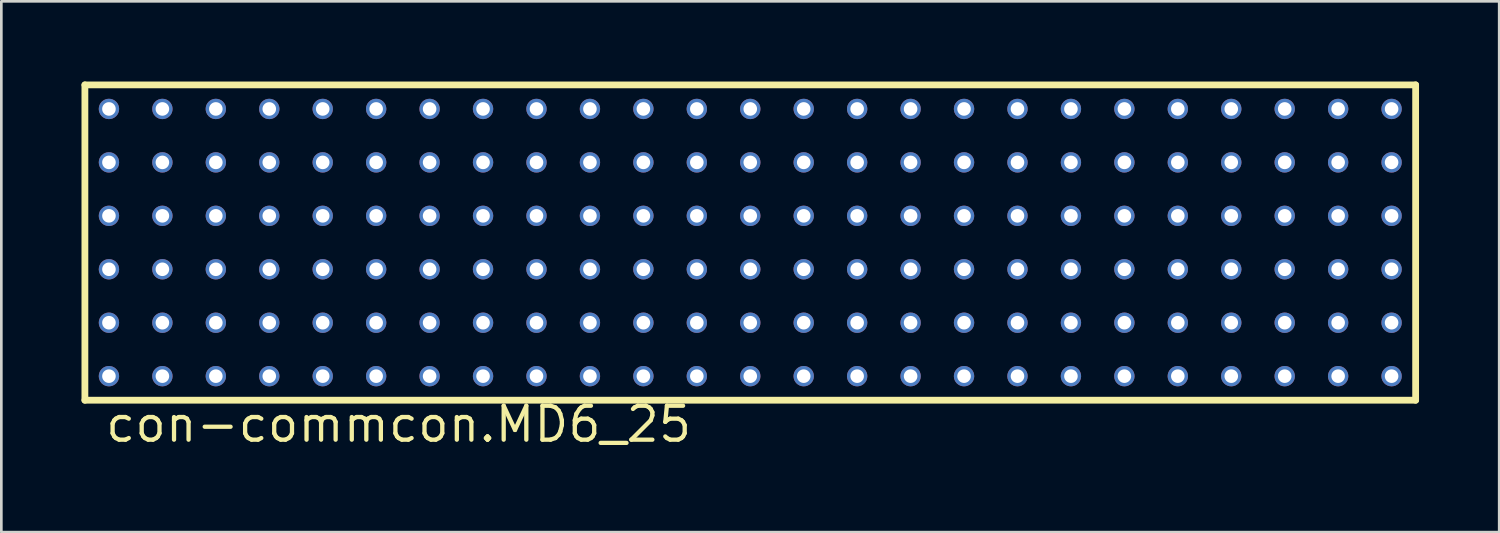
<source format=kicad_pcb>
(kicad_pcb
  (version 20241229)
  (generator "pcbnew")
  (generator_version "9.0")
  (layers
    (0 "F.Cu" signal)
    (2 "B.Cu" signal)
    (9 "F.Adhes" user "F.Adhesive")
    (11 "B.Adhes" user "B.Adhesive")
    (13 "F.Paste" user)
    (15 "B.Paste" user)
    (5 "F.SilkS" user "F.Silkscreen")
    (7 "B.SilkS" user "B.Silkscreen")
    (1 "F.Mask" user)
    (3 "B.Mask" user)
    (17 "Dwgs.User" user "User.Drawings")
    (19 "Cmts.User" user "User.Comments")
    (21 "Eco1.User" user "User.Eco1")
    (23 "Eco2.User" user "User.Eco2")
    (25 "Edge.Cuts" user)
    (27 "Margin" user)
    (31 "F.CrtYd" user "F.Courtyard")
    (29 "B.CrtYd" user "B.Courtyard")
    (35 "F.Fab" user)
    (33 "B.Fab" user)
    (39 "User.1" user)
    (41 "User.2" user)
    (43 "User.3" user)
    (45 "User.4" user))
  (footprint "con-commcon.MD6_25"
    (layer "F.Cu")
    (at 25.027 6.027)
    (property "Reference" "con-commcon.MD6_25" (at -24.21 7.54 0) (layer "F.SilkS") (effects (font (size 1.27 1.27) (thickness 0.16)) (justify left bottom)))
    (attr through_hole)
    (fp_line (start -24.9 -5.9) (end -24.9 5.9) (stroke (width 0.254) (type default)) (layer "F.SilkS"))
    (fp_line (start -24.9 5.9) (end 24.9 5.9) (stroke (width 0.254) (type default)) (layer "F.SilkS"))
    (fp_line (start 24.9 -5.9) (end -24.9 -5.9) (stroke (width 0.254) (type default)) (layer "F.SilkS"))
    (fp_line (start 24.9 5.9) (end 24.9 -5.9) (stroke (width 0.254) (type default)) (layer "F.SilkS"))
    (pad "A1" thru_hole circle (at -24 5) (size 0.762 0.762) (drill 0.508) (layers "*.Cu" "*.Mask"))
    (pad "A2" thru_hole circle (at -22 5) (size 0.762 0.762) (drill 0.508) (layers "*.Cu" "*.Mask"))
    (pad "A3" thru_hole circle (at -20 5) (size 0.762 0.762) (drill 0.508) (layers "*.Cu" "*.Mask"))
    (pad "A4" thru_hole circle (at -18 5) (size 0.762 0.762) (drill 0.508) (layers "*.Cu" "*.Mask"))
    (pad "A5" thru_hole circle (at -16 5) (size 0.762 0.762) (drill 0.508) (layers "*.Cu" "*.Mask"))
    (pad "A6" thru_hole circle (at -14 5) (size 0.762 0.762) (drill 0.508) (layers "*.Cu" "*.Mask"))
    (pad "A7" thru_hole circle (at -12 5) (size 0.762 0.762) (drill 0.508) (layers "*.Cu" "*.Mask"))
    (pad "A8" thru_hole circle (at -10 5) (size 0.762 0.762) (drill 0.508) (layers "*.Cu" "*.Mask"))
    (pad "A9" thru_hole circle (at -8 5) (size 0.762 0.762) (drill 0.508) (layers "*.Cu" "*.Mask"))
    (pad "A10" thru_hole circle (at -6 5) (size 0.762 0.762) (drill 0.508) (layers "*.Cu" "*.Mask"))
    (pad "A11" thru_hole circle (at -4 5) (size 0.762 0.762) (drill 0.508) (layers "*.Cu" "*.Mask"))
    (pad "A12" thru_hole circle (at -2 5) (size 0.762 0.762) (drill 0.508) (layers "*.Cu" "*.Mask"))
    (pad "A13" thru_hole circle (at 0 5) (size 0.762 0.762) (drill 0.508) (layers "*.Cu" "*.Mask"))
    (pad "A14" thru_hole circle (at 2 5) (size 0.762 0.762) (drill 0.508) (layers "*.Cu" "*.Mask"))
    (pad "A15" thru_hole circle (at 4 5) (size 0.762 0.762) (drill 0.508) (layers "*.Cu" "*.Mask"))
    (pad "A16" thru_hole circle (at 6 5) (size 0.762 0.762) (drill 0.508) (layers "*.Cu" "*.Mask"))
    (pad "A17" thru_hole circle (at 8 5) (size 0.762 0.762) (drill 0.508) (layers "*.Cu" "*.Mask"))
    (pad "A18" thru_hole circle (at 10 5) (size 0.762 0.762) (drill 0.508) (layers "*.Cu" "*.Mask"))
    (pad "A19" thru_hole circle (at 12 5) (size 0.762 0.762) (drill 0.508) (layers "*.Cu" "*.Mask"))
    (pad "A20" thru_hole circle (at 14 5) (size 0.762 0.762) (drill 0.508) (layers "*.Cu" "*.Mask"))
    (pad "A21" thru_hole circle (at 16 5) (size 0.762 0.762) (drill 0.508) (layers "*.Cu" "*.Mask"))
    (pad "A22" thru_hole circle (at 18 5) (size 0.762 0.762) (drill 0.508) (layers "*.Cu" "*.Mask"))
    (pad "A23" thru_hole circle (at 20 5) (size 0.762 0.762) (drill 0.508) (layers "*.Cu" "*.Mask"))
    (pad "A24" thru_hole circle (at 22 5) (size 0.762 0.762) (drill 0.508) (layers "*.Cu" "*.Mask"))
    (pad "A25" thru_hole circle (at 24 5) (size 0.762 0.762) (drill 0.508) (layers "*.Cu" "*.Mask"))
    (pad "B1" thru_hole circle (at -24 3) (size 0.762 0.762) (drill 0.508) (layers "*.Cu" "*.Mask"))
    (pad "B2" thru_hole circle (at -22 3) (size 0.762 0.762) (drill 0.508) (layers "*.Cu" "*.Mask"))
    (pad "B3" thru_hole circle (at -20 3) (size 0.762 0.762) (drill 0.508) (layers "*.Cu" "*.Mask"))
    (pad "B4" thru_hole circle (at -18 3) (size 0.762 0.762) (drill 0.508) (layers "*.Cu" "*.Mask"))
    (pad "B5" thru_hole circle (at -16 3) (size 0.762 0.762) (drill 0.508) (layers "*.Cu" "*.Mask"))
    (pad "B6" thru_hole circle (at -14 3) (size 0.762 0.762) (drill 0.508) (layers "*.Cu" "*.Mask"))
    (pad "B7" thru_hole circle (at -12 3) (size 0.762 0.762) (drill 0.508) (layers "*.Cu" "*.Mask"))
    (pad "B8" thru_hole circle (at -10 3) (size 0.762 0.762) (drill 0.508) (layers "*.Cu" "*.Mask"))
    (pad "B9" thru_hole circle (at -8 3) (size 0.762 0.762) (drill 0.508) (layers "*.Cu" "*.Mask"))
    (pad "B10" thru_hole circle (at -6 3) (size 0.762 0.762) (drill 0.508) (layers "*.Cu" "*.Mask"))
    (pad "B11" thru_hole circle (at -4 3) (size 0.762 0.762) (drill 0.508) (layers "*.Cu" "*.Mask"))
    (pad "B12" thru_hole circle (at -2 3) (size 0.762 0.762) (drill 0.508) (layers "*.Cu" "*.Mask"))
    (pad "B13" thru_hole circle (at 0 3) (size 0.762 0.762) (drill 0.508) (layers "*.Cu" "*.Mask"))
    (pad "B14" thru_hole circle (at 2 3) (size 0.762 0.762) (drill 0.508) (layers "*.Cu" "*.Mask"))
    (pad "B15" thru_hole circle (at 4 3) (size 0.762 0.762) (drill 0.508) (layers "*.Cu" "*.Mask"))
    (pad "B16" thru_hole circle (at 6 3) (size 0.762 0.762) (drill 0.508) (layers "*.Cu" "*.Mask"))
    (pad "B17" thru_hole circle (at 8 3) (size 0.762 0.762) (drill 0.508) (layers "*.Cu" "*.Mask"))
    (pad "B18" thru_hole circle (at 10 3) (size 0.762 0.762) (drill 0.508) (layers "*.Cu" "*.Mask"))
    (pad "B19" thru_hole circle (at 12 3) (size 0.762 0.762) (drill 0.508) (layers "*.Cu" "*.Mask"))
    (pad "B20" thru_hole circle (at 14 3) (size 0.762 0.762) (drill 0.508) (layers "*.Cu" "*.Mask"))
    (pad "B21" thru_hole circle (at 16 3) (size 0.762 0.762) (drill 0.508) (layers "*.Cu" "*.Mask"))
    (pad "B22" thru_hole circle (at 18 3) (size 0.762 0.762) (drill 0.508) (layers "*.Cu" "*.Mask"))
    (pad "B23" thru_hole circle (at 20 3) (size 0.762 0.762) (drill 0.508) (layers "*.Cu" "*.Mask"))
    (pad "B24" thru_hole circle (at 22 3) (size 0.762 0.762) (drill 0.508) (layers "*.Cu" "*.Mask"))
    (pad "B25" thru_hole circle (at 24 3) (size 0.762 0.762) (drill 0.508) (layers "*.Cu" "*.Mask"))
    (pad "C1" thru_hole circle (at -24 1) (size 0.762 0.762) (drill 0.508) (layers "*.Cu" "*.Mask"))
    (pad "C2" thru_hole circle (at -22 1) (size 0.762 0.762) (drill 0.508) (layers "*.Cu" "*.Mask"))
    (pad "C3" thru_hole circle (at -20 1) (size 0.762 0.762) (drill 0.508) (layers "*.Cu" "*.Mask"))
    (pad "C4" thru_hole circle (at -18 1) (size 0.762 0.762) (drill 0.508) (layers "*.Cu" "*.Mask"))
    (pad "C5" thru_hole circle (at -16 1) (size 0.762 0.762) (drill 0.508) (layers "*.Cu" "*.Mask"))
    (pad "C6" thru_hole circle (at -14 1) (size 0.762 0.762) (drill 0.508) (layers "*.Cu" "*.Mask"))
    (pad "C7" thru_hole circle (at -12 1) (size 0.762 0.762) (drill 0.508) (layers "*.Cu" "*.Mask"))
    (pad "C8" thru_hole circle (at -10 1) (size 0.762 0.762) (drill 0.508) (layers "*.Cu" "*.Mask"))
    (pad "C9" thru_hole circle (at -8 1) (size 0.762 0.762) (drill 0.508) (layers "*.Cu" "*.Mask"))
    (pad "C10" thru_hole circle (at -6 1) (size 0.762 0.762) (drill 0.508) (layers "*.Cu" "*.Mask"))
    (pad "C11" thru_hole circle (at -4 1) (size 0.762 0.762) (drill 0.508) (layers "*.Cu" "*.Mask"))
    (pad "C12" thru_hole circle (at -2 1) (size 0.762 0.762) (drill 0.508) (layers "*.Cu" "*.Mask"))
    (pad "C13" thru_hole circle (at 0 1) (size 0.762 0.762) (drill 0.508) (layers "*.Cu" "*.Mask"))
    (pad "C14" thru_hole circle (at 2 1) (size 0.762 0.762) (drill 0.508) (layers "*.Cu" "*.Mask"))
    (pad "C15" thru_hole circle (at 4 1) (size 0.762 0.762) (drill 0.508) (layers "*.Cu" "*.Mask"))
    (pad "C16" thru_hole circle (at 6 1) (size 0.762 0.762) (drill 0.508) (layers "*.Cu" "*.Mask"))
    (pad "C17" thru_hole circle (at 8 1) (size 0.762 0.762) (drill 0.508) (layers "*.Cu" "*.Mask"))
    (pad "C18" thru_hole circle (at 10 1) (size 0.762 0.762) (drill 0.508) (layers "*.Cu" "*.Mask"))
    (pad "C19" thru_hole circle (at 12 1) (size 0.762 0.762) (drill 0.508) (layers "*.Cu" "*.Mask"))
    (pad "C20" thru_hole circle (at 14 1) (size 0.762 0.762) (drill 0.508) (layers "*.Cu" "*.Mask"))
    (pad "C21" thru_hole circle (at 16 1) (size 0.762 0.762) (drill 0.508) (layers "*.Cu" "*.Mask"))
    (pad "C22" thru_hole circle (at 18 1) (size 0.762 0.762) (drill 0.508) (layers "*.Cu" "*.Mask"))
    (pad "C23" thru_hole circle (at 20 1) (size 0.762 0.762) (drill 0.508) (layers "*.Cu" "*.Mask"))
    (pad "C24" thru_hole circle (at 22 1) (size 0.762 0.762) (drill 0.508) (layers "*.Cu" "*.Mask"))
    (pad "C25" thru_hole circle (at 24 1) (size 0.762 0.762) (drill 0.508) (layers "*.Cu" "*.Mask"))
    (pad "D1" thru_hole circle (at -24 -1) (size 0.762 0.762) (drill 0.508) (layers "*.Cu" "*.Mask"))
    (pad "D2" thru_hole circle (at -22 -1) (size 0.762 0.762) (drill 0.508) (layers "*.Cu" "*.Mask"))
    (pad "D3" thru_hole circle (at -20 -1) (size 0.762 0.762) (drill 0.508) (layers "*.Cu" "*.Mask"))
    (pad "D4" thru_hole circle (at -18 -1) (size 0.762 0.762) (drill 0.508) (layers "*.Cu" "*.Mask"))
    (pad "D5" thru_hole circle (at -16 -1) (size 0.762 0.762) (drill 0.508) (layers "*.Cu" "*.Mask"))
    (pad "D6" thru_hole circle (at -14 -1) (size 0.762 0.762) (drill 0.508) (layers "*.Cu" "*.Mask"))
    (pad "D7" thru_hole circle (at -12 -1) (size 0.762 0.762) (drill 0.508) (layers "*.Cu" "*.Mask"))
    (pad "D8" thru_hole circle (at -10 -1) (size 0.762 0.762) (drill 0.508) (layers "*.Cu" "*.Mask"))
    (pad "D9" thru_hole circle (at -8 -1) (size 0.762 0.762) (drill 0.508) (layers "*.Cu" "*.Mask"))
    (pad "D10" thru_hole circle (at -6 -1) (size 0.762 0.762) (drill 0.508) (layers "*.Cu" "*.Mask"))
    (pad "D11" thru_hole circle (at -4 -1) (size 0.762 0.762) (drill 0.508) (layers "*.Cu" "*.Mask"))
    (pad "D12" thru_hole circle (at -2 -1) (size 0.762 0.762) (drill 0.508) (layers "*.Cu" "*.Mask"))
    (pad "D13" thru_hole circle (at 0 -1) (size 0.762 0.762) (drill 0.508) (layers "*.Cu" "*.Mask"))
    (pad "D14" thru_hole circle (at 2 -1) (size 0.762 0.762) (drill 0.508) (layers "*.Cu" "*.Mask"))
    (pad "D15" thru_hole circle (at 4 -1) (size 0.762 0.762) (drill 0.508) (layers "*.Cu" "*.Mask"))
    (pad "D16" thru_hole circle (at 6 -1) (size 0.762 0.762) (drill 0.508) (layers "*.Cu" "*.Mask"))
    (pad "D17" thru_hole circle (at 8 -1) (size 0.762 0.762) (drill 0.508) (layers "*.Cu" "*.Mask"))
    (pad "D18" thru_hole circle (at 10 -1) (size 0.762 0.762) (drill 0.508) (layers "*.Cu" "*.Mask"))
    (pad "D19" thru_hole circle (at 12 -1) (size 0.762 0.762) (drill 0.508) (layers "*.Cu" "*.Mask"))
    (pad "D20" thru_hole circle (at 14 -1) (size 0.762 0.762) (drill 0.508) (layers "*.Cu" "*.Mask"))
    (pad "D21" thru_hole circle (at 16 -1) (size 0.762 0.762) (drill 0.508) (layers "*.Cu" "*.Mask"))
    (pad "D22" thru_hole circle (at 18 -1) (size 0.762 0.762) (drill 0.508) (layers "*.Cu" "*.Mask"))
    (pad "D23" thru_hole circle (at 20 -1) (size 0.762 0.762) (drill 0.508) (layers "*.Cu" "*.Mask"))
    (pad "D24" thru_hole circle (at 22 -1) (size 0.762 0.762) (drill 0.508) (layers "*.Cu" "*.Mask"))
    (pad "D25" thru_hole circle (at 24 -1) (size 0.762 0.762) (drill 0.508) (layers "*.Cu" "*.Mask"))
    (pad "E1" thru_hole circle (at -24 -3) (size 0.762 0.762) (drill 0.508) (layers "*.Cu" "*.Mask"))
    (pad "E2" thru_hole circle (at -22 -3) (size 0.762 0.762) (drill 0.508) (layers "*.Cu" "*.Mask"))
    (pad "E3" thru_hole circle (at -20 -3) (size 0.762 0.762) (drill 0.508) (layers "*.Cu" "*.Mask"))
    (pad "E4" thru_hole circle (at -18 -3) (size 0.762 0.762) (drill 0.508) (layers "*.Cu" "*.Mask"))
    (pad "E5" thru_hole circle (at -16 -3) (size 0.762 0.762) (drill 0.508) (layers "*.Cu" "*.Mask"))
    (pad "E6" thru_hole circle (at -14 -3) (size 0.762 0.762) (drill 0.508) (layers "*.Cu" "*.Mask"))
    (pad "E7" thru_hole circle (at -12 -3) (size 0.762 0.762) (drill 0.508) (layers "*.Cu" "*.Mask"))
    (pad "E8" thru_hole circle (at -10 -3) (size 0.762 0.762) (drill 0.508) (layers "*.Cu" "*.Mask"))
    (pad "E9" thru_hole circle (at -8 -3) (size 0.762 0.762) (drill 0.508) (layers "*.Cu" "*.Mask"))
    (pad "E10" thru_hole circle (at -6 -3) (size 0.762 0.762) (drill 0.508) (layers "*.Cu" "*.Mask"))
    (pad "E11" thru_hole circle (at -4 -3) (size 0.762 0.762) (drill 0.508) (layers "*.Cu" "*.Mask"))
    (pad "E12" thru_hole circle (at -2 -3) (size 0.762 0.762) (drill 0.508) (layers "*.Cu" "*.Mask"))
    (pad "E13" thru_hole circle (at 0 -3) (size 0.762 0.762) (drill 0.508) (layers "*.Cu" "*.Mask"))
    (pad "E14" thru_hole circle (at 2 -3) (size 0.762 0.762) (drill 0.508) (layers "*.Cu" "*.Mask"))
    (pad "E15" thru_hole circle (at 4 -3) (size 0.762 0.762) (drill 0.508) (layers "*.Cu" "*.Mask"))
    (pad "E16" thru_hole circle (at 6 -3) (size 0.762 0.762) (drill 0.508) (layers "*.Cu" "*.Mask"))
    (pad "E17" thru_hole circle (at 8 -3) (size 0.762 0.762) (drill 0.508) (layers "*.Cu" "*.Mask"))
    (pad "E18" thru_hole circle (at 10 -3) (size 0.762 0.762) (drill 0.508) (layers "*.Cu" "*.Mask"))
    (pad "E19" thru_hole circle (at 12 -3) (size 0.762 0.762) (drill 0.508) (layers "*.Cu" "*.Mask"))
    (pad "E20" thru_hole circle (at 14 -3) (size 0.762 0.762) (drill 0.508) (layers "*.Cu" "*.Mask"))
    (pad "E21" thru_hole circle (at 16 -3) (size 0.762 0.762) (drill 0.508) (layers "*.Cu" "*.Mask"))
    (pad "E22" thru_hole circle (at 18 -3) (size 0.762 0.762) (drill 0.508) (layers "*.Cu" "*.Mask"))
    (pad "E23" thru_hole circle (at 20 -3) (size 0.762 0.762) (drill 0.508) (layers "*.Cu" "*.Mask"))
    (pad "E24" thru_hole circle (at 22 -3) (size 0.762 0.762) (drill 0.508) (layers "*.Cu" "*.Mask"))
    (pad "E25" thru_hole circle (at 24 -3) (size 0.762 0.762) (drill 0.508) (layers "*.Cu" "*.Mask"))
    (pad "F1" thru_hole circle (at -24 -5) (size 0.762 0.762) (drill 0.508) (layers "*.Cu" "*.Mask"))
    (pad "F2" thru_hole circle (at -22 -5) (size 0.762 0.762) (drill 0.508) (layers "*.Cu" "*.Mask"))
    (pad "F3" thru_hole circle (at -20 -5) (size 0.762 0.762) (drill 0.508) (layers "*.Cu" "*.Mask"))
    (pad "F4" thru_hole circle (at -18 -5) (size 0.762 0.762) (drill 0.508) (layers "*.Cu" "*.Mask"))
    (pad "F5" thru_hole circle (at -16 -5) (size 0.762 0.762) (drill 0.508) (layers "*.Cu" "*.Mask"))
    (pad "F6" thru_hole circle (at -14 -5) (size 0.762 0.762) (drill 0.508) (layers "*.Cu" "*.Mask"))
    (pad "F7" thru_hole circle (at -12 -5) (size 0.762 0.762) (drill 0.508) (layers "*.Cu" "*.Mask"))
    (pad "F8" thru_hole circle (at -10 -5) (size 0.762 0.762) (drill 0.508) (layers "*.Cu" "*.Mask"))
    (pad "F9" thru_hole circle (at -8 -5) (size 0.762 0.762) (drill 0.508) (layers "*.Cu" "*.Mask"))
    (pad "F10" thru_hole circle (at -6 -5) (size 0.762 0.762) (drill 0.508) (layers "*.Cu" "*.Mask"))
    (pad "F11" thru_hole circle (at -4 -5) (size 0.762 0.762) (drill 0.508) (layers "*.Cu" "*.Mask"))
    (pad "F12" thru_hole circle (at -2 -5) (size 0.762 0.762) (drill 0.508) (layers "*.Cu" "*.Mask"))
    (pad "F13" thru_hole circle (at 0 -5) (size 0.762 0.762) (drill 0.508) (layers "*.Cu" "*.Mask"))
    (pad "F14" thru_hole circle (at 2 -5) (size 0.762 0.762) (drill 0.508) (layers "*.Cu" "*.Mask"))
    (pad "F15" thru_hole circle (at 4 -5) (size 0.762 0.762) (drill 0.508) (layers "*.Cu" "*.Mask"))
    (pad "F16" thru_hole circle (at 6 -5) (size 0.762 0.762) (drill 0.508) (layers "*.Cu" "*.Mask"))
    (pad "F17" thru_hole circle (at 8 -5) (size 0.762 0.762) (drill 0.508) (layers "*.Cu" "*.Mask"))
    (pad "F18" thru_hole circle (at 10 -5) (size 0.762 0.762) (drill 0.508) (layers "*.Cu" "*.Mask"))
    (pad "F19" thru_hole circle (at 12 -5) (size 0.762 0.762) (drill 0.508) (layers "*.Cu" "*.Mask"))
    (pad "F20" thru_hole circle (at 14 -5) (size 0.762 0.762) (drill 0.508) (layers "*.Cu" "*.Mask"))
    (pad "F21" thru_hole circle (at 16 -5) (size 0.762 0.762) (drill 0.508) (layers "*.Cu" "*.Mask"))
    (pad "F22" thru_hole circle (at 18 -5) (size 0.762 0.762) (drill 0.508) (layers "*.Cu" "*.Mask"))
    (pad "F23" thru_hole circle (at 20 -5) (size 0.762 0.762) (drill 0.508) (layers "*.Cu" "*.Mask"))
    (pad "F24" thru_hole circle (at 22 -5) (size 0.762 0.762) (drill 0.508) (layers "*.Cu" "*.Mask"))
    (pad "F25" thru_hole circle (at 24 -5) (size 0.762 0.762) (drill 0.508) (layers "*.Cu" "*.Mask")))
  (gr_rect
    (start -3 -3)
    (end 53.054 16.864)
    (stroke (width 0.1) (type default))
    (fill no)
    (layer "Edge.Cuts")))
</source>
